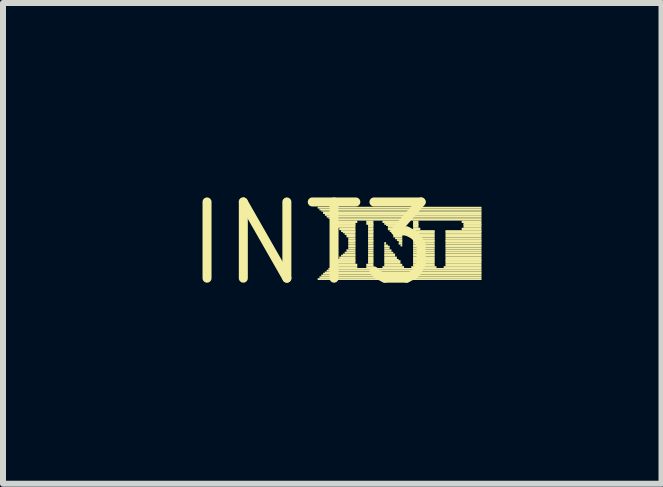
<source format=kicad_pcb>
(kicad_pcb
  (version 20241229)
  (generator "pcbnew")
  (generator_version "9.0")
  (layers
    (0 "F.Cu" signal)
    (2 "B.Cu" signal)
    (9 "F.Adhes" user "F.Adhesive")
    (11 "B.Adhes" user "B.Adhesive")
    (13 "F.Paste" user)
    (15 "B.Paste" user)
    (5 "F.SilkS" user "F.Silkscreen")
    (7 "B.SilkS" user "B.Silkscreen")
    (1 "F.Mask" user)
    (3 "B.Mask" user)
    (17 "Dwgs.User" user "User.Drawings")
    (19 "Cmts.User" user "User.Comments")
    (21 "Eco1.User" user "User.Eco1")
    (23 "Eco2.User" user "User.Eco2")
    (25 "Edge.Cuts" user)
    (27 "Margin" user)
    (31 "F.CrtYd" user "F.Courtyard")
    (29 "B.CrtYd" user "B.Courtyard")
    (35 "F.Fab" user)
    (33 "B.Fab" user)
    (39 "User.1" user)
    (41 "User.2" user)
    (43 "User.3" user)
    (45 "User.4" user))
  (footprint "INT3"
    (layer "F.Cu")
    (at 2.154 1.006)
    (property "Reference" "INT3" (at 0 0 0) (layer "F.SilkS") (effects (font (size 1.27 1.27) (thickness 0.15))))
    (attr through_hole)
    (fp_poly (pts (xy 0.09 -0.58) (xy 2.82 -0.58) (xy 2.82 -0.61) (xy 0.09 -0.61)) (stroke (width 0) (type solid)) (fill yes) (layer "F.SilkS"))
    (fp_poly (pts (xy 0.09 0.61) (xy 2.82 0.61) (xy 2.82 0.58) (xy 0.09 0.58)) (stroke (width 0) (type solid)) (fill yes) (layer "F.SilkS"))
    (fp_poly (pts (xy 0.12 -0.55) (xy 2.82 -0.55) (xy 2.82 -0.58) (xy 0.12 -0.58)) (stroke (width 0) (type solid)) (fill yes) (layer "F.SilkS"))
    (fp_poly (pts (xy 0.12 0.58) (xy 2.82 0.58) (xy 2.82 0.55) (xy 0.12 0.55)) (stroke (width 0) (type solid)) (fill yes) (layer "F.SilkS"))
    (fp_poly (pts (xy 0.15 -0.53) (xy 2.82 -0.53) (xy 2.82 -0.55) (xy 0.15 -0.55)) (stroke (width 0) (type solid)) (fill yes) (layer "F.SilkS"))
    (fp_poly (pts (xy 0.15 0.55) (xy 2.82 0.55) (xy 2.82 0.52) (xy 0.15 0.52)) (stroke (width 0) (type solid)) (fill yes) (layer "F.SilkS"))
    (fp_poly (pts (xy 0.18 -0.49) (xy 2.82 -0.49) (xy 2.82 -0.53) (xy 0.18 -0.53)) (stroke (width 0) (type solid)) (fill yes) (layer "F.SilkS"))
    (fp_poly (pts (xy 0.18 0.52) (xy 2.82 0.52) (xy 2.82 0.49) (xy 0.18 0.49)) (stroke (width 0) (type solid)) (fill yes) (layer "F.SilkS"))
    (fp_poly (pts (xy 0.21 -0.46) (xy 2.82 -0.46) (xy 2.82 -0.49) (xy 0.21 -0.49)) (stroke (width 0) (type solid)) (fill yes) (layer "F.SilkS"))
    (fp_poly (pts (xy 0.21 0.5) (xy 2.82 0.5) (xy 2.82 0.47) (xy 0.21 0.47)) (stroke (width 0) (type solid)) (fill yes) (layer "F.SilkS"))
    (fp_poly (pts (xy 0.24 -0.43) (xy 2.82 -0.43) (xy 2.82 -0.46) (xy 0.24 -0.46)) (stroke (width 0) (type solid)) (fill yes) (layer "F.SilkS"))
    (fp_poly (pts (xy 0.24 0.47) (xy 2.82 0.47) (xy 2.82 0.44) (xy 0.24 0.44)) (stroke (width 0) (type solid)) (fill yes) (layer "F.SilkS"))
    (fp_poly (pts (xy 0.27 -0.41) (xy 2.82 -0.41) (xy 2.82 -0.43) (xy 0.27 -0.43)) (stroke (width 0) (type solid)) (fill yes) (layer "F.SilkS"))
    (fp_poly (pts (xy 0.27 0.44) (xy 2.82 0.44) (xy 2.82 0.41) (xy 0.27 0.41)) (stroke (width 0) (type solid)) (fill yes) (layer "F.SilkS"))
    (fp_poly (pts (xy 0.3 -0.38) (xy 2.82 -0.38) (xy 2.82 -0.41) (xy 0.3 -0.41)) (stroke (width 0) (type solid)) (fill yes) (layer "F.SilkS"))
    (fp_poly (pts (xy 0.3 0.41) (xy 0.75 0.41) (xy 0.75 0.38) (xy 0.3 0.38)) (stroke (width 0) (type solid)) (fill yes) (layer "F.SilkS"))
    (fp_poly (pts (xy 0.33 -0.34) (xy 0.75 -0.34) (xy 0.75 -0.38) (xy 0.33 -0.38)) (stroke (width 0) (type solid)) (fill yes) (layer "F.SilkS"))
    (fp_poly (pts (xy 0.33 0.38) (xy 0.75 0.38) (xy 0.75 0.34) (xy 0.33 0.34)) (stroke (width 0) (type solid)) (fill yes) (layer "F.SilkS"))
    (fp_poly (pts (xy 0.36 -0.31) (xy 0.72 -0.31) (xy 0.72 -0.34) (xy 0.36 -0.34)) (stroke (width 0) (type solid)) (fill yes) (layer "F.SilkS"))
    (fp_poly (pts (xy 0.36 0.34) (xy 0.72 0.34) (xy 0.72 0.31) (xy 0.36 0.31)) (stroke (width 0) (type solid)) (fill yes) (layer "F.SilkS"))
    (fp_poly (pts (xy 0.39 -0.29) (xy 0.72 -0.29) (xy 0.72 -0.32) (xy 0.39 -0.32)) (stroke (width 0) (type solid)) (fill yes) (layer "F.SilkS"))
    (fp_poly (pts (xy 0.39 0.31) (xy 0.72 0.31) (xy 0.72 0.28) (xy 0.39 0.28)) (stroke (width 0) (type solid)) (fill yes) (layer "F.SilkS"))
    (fp_poly (pts (xy 0.42 -0.26) (xy 0.72 -0.26) (xy 0.72 -0.29) (xy 0.42 -0.29)) (stroke (width 0) (type solid)) (fill yes) (layer "F.SilkS"))
    (fp_poly (pts (xy 0.42 0.29) (xy 0.72 0.29) (xy 0.72 0.26) (xy 0.42 0.26)) (stroke (width 0) (type solid)) (fill yes) (layer "F.SilkS"))
    (fp_poly (pts (xy 0.45 -0.22) (xy 0.72 -0.22) (xy 0.72 -0.26) (xy 0.45 -0.26)) (stroke (width 0) (type solid)) (fill yes) (layer "F.SilkS"))
    (fp_poly (pts (xy 0.45 0.26) (xy 0.72 0.26) (xy 0.72 0.22) (xy 0.45 0.22)) (stroke (width 0) (type solid)) (fill yes) (layer "F.SilkS"))
    (fp_poly (pts (xy 0.48 -0.19) (xy 0.72 -0.19) (xy 0.72 -0.22) (xy 0.48 -0.22)) (stroke (width 0) (type solid)) (fill yes) (layer "F.SilkS"))
    (fp_poly (pts (xy 0.48 0.22) (xy 0.72 0.22) (xy 0.72 0.19) (xy 0.48 0.19)) (stroke (width 0) (type solid)) (fill yes) (layer "F.SilkS"))
    (fp_poly (pts (xy 0.51 -0.17) (xy 0.72 -0.17) (xy 0.72 -0.2) (xy 0.51 -0.2)) (stroke (width 0) (type solid)) (fill yes) (layer "F.SilkS"))
    (fp_poly (pts (xy 0.51 0.2) (xy 0.72 0.2) (xy 0.72 0.17) (xy 0.51 0.17)) (stroke (width 0) (type solid)) (fill yes) (layer "F.SilkS"))
    (fp_poly (pts (xy 0.54 -0.14) (xy 0.72 -0.14) (xy 0.72 -0.17) (xy 0.54 -0.17)) (stroke (width 0) (type solid)) (fill yes) (layer "F.SilkS"))
    (fp_poly (pts (xy 0.54 0.17) (xy 0.72 0.17) (xy 0.72 0.14) (xy 0.54 0.14)) (stroke (width 0) (type solid)) (fill yes) (layer "F.SilkS"))
    (fp_poly (pts (xy 0.57 -0.1) (xy 0.72 -0.1) (xy 0.72 -0.14) (xy 0.57 -0.14)) (stroke (width 0) (type solid)) (fill yes) (layer "F.SilkS"))
    (fp_poly (pts (xy 0.57 0.14) (xy 0.72 0.14) (xy 0.72 0.1) (xy 0.57 0.1)) (stroke (width 0) (type solid)) (fill yes) (layer "F.SilkS"))
    (fp_poly (pts (xy 0.6 -0.07) (xy 0.72 -0.07) (xy 0.72 -0.1) (xy 0.6 -0.1)) (stroke (width 0) (type solid)) (fill yes) (layer "F.SilkS"))
    (fp_poly (pts (xy 0.6 -0.04) (xy 0.72 -0.04) (xy 0.72 -0.07) (xy 0.6 -0.07)) (stroke (width 0) (type solid)) (fill yes) (layer "F.SilkS"))
    (fp_poly (pts (xy 0.6 -0.02) (xy 0.72 -0.02) (xy 0.72 -0.05) (xy 0.6 -0.05)) (stroke (width 0) (type solid)) (fill yes) (layer "F.SilkS"))
    (fp_poly (pts (xy 0.6 0.02) (xy 0.72 0.02) (xy 0.72 -0.02) (xy 0.6 -0.02)) (stroke (width 0) (type solid)) (fill yes) (layer "F.SilkS"))
    (fp_poly (pts (xy 0.6 0.05) (xy 0.72 0.05) (xy 0.72 0.02) (xy 0.6 0.02)) (stroke (width 0) (type solid)) (fill yes) (layer "F.SilkS"))
    (fp_poly (pts (xy 0.6 0.07) (xy 0.72 0.07) (xy 0.72 0.04) (xy 0.6 0.04)) (stroke (width 0) (type solid)) (fill yes) (layer "F.SilkS"))
    (fp_poly (pts (xy 0.6 0.1) (xy 0.72 0.1) (xy 0.72 0.07) (xy 0.6 0.07)) (stroke (width 0) (type solid)) (fill yes) (layer "F.SilkS"))
    (fp_poly (pts (xy 0.9 -0.34) (xy 1.02 -0.34) (xy 1.02 -0.38) (xy 0.9 -0.38)) (stroke (width 0) (type solid)) (fill yes) (layer "F.SilkS"))
    (fp_poly (pts (xy 0.9 -0.31) (xy 1.02 -0.31) (xy 1.02 -0.34) (xy 0.9 -0.34)) (stroke (width 0) (type solid)) (fill yes) (layer "F.SilkS"))
    (fp_poly (pts (xy 0.9 0.38) (xy 1.02 0.38) (xy 1.02 0.34) (xy 0.9 0.34)) (stroke (width 0) (type solid)) (fill yes) (layer "F.SilkS"))
    (fp_poly (pts (xy 0.9 0.41) (xy 1.02 0.41) (xy 1.02 0.38) (xy 0.9 0.38)) (stroke (width 0) (type solid)) (fill yes) (layer "F.SilkS"))
    (fp_poly (pts (xy 0.93 -0.29) (xy 1.02 -0.29) (xy 1.02 -0.32) (xy 0.93 -0.32)) (stroke (width 0) (type solid)) (fill yes) (layer "F.SilkS"))
    (fp_poly (pts (xy 0.93 -0.26) (xy 1.02 -0.26) (xy 1.02 -0.29) (xy 0.93 -0.29)) (stroke (width 0) (type solid)) (fill yes) (layer "F.SilkS"))
    (fp_poly (pts (xy 0.93 -0.22) (xy 1.02 -0.22) (xy 1.02 -0.26) (xy 0.93 -0.26)) (stroke (width 0) (type solid)) (fill yes) (layer "F.SilkS"))
    (fp_poly (pts (xy 0.93 -0.19) (xy 1.02 -0.19) (xy 1.02 -0.22) (xy 0.93 -0.22)) (stroke (width 0) (type solid)) (fill yes) (layer "F.SilkS"))
    (fp_poly (pts (xy 0.93 -0.17) (xy 1.02 -0.17) (xy 1.02 -0.2) (xy 0.93 -0.2)) (stroke (width 0) (type solid)) (fill yes) (layer "F.SilkS"))
    (fp_poly (pts (xy 0.93 -0.14) (xy 1.02 -0.14) (xy 1.02 -0.17) (xy 0.93 -0.17)) (stroke (width 0) (type solid)) (fill yes) (layer "F.SilkS"))
    (fp_poly (pts (xy 0.93 -0.1) (xy 1.02 -0.1) (xy 1.02 -0.14) (xy 0.93 -0.14)) (stroke (width 0) (type solid)) (fill yes) (layer "F.SilkS"))
    (fp_poly (pts (xy 0.93 -0.07) (xy 1.02 -0.07) (xy 1.02 -0.1) (xy 0.93 -0.1)) (stroke (width 0) (type solid)) (fill yes) (layer "F.SilkS"))
    (fp_poly (pts (xy 0.93 -0.04) (xy 1.02 -0.04) (xy 1.02 -0.07) (xy 0.93 -0.07)) (stroke (width 0) (type solid)) (fill yes) (layer "F.SilkS"))
    (fp_poly (pts (xy 0.93 -0.02) (xy 1.02 -0.02) (xy 1.02 -0.05) (xy 0.93 -0.05)) (stroke (width 0) (type solid)) (fill yes) (layer "F.SilkS"))
    (fp_poly (pts (xy 0.93 0.02) (xy 1.02 0.02) (xy 1.02 -0.02) (xy 0.93 -0.02)) (stroke (width 0) (type solid)) (fill yes) (layer "F.SilkS"))
    (fp_poly (pts (xy 0.93 0.05) (xy 1.02 0.05) (xy 1.02 0.02) (xy 0.93 0.02)) (stroke (width 0) (type solid)) (fill yes) (layer "F.SilkS"))
    (fp_poly (pts (xy 0.93 0.07) (xy 1.02 0.07) (xy 1.02 0.04) (xy 0.93 0.04)) (stroke (width 0) (type solid)) (fill yes) (layer "F.SilkS"))
    (fp_poly (pts (xy 0.93 0.1) (xy 1.02 0.1) (xy 1.02 0.07) (xy 0.93 0.07)) (stroke (width 0) (type solid)) (fill yes) (layer "F.SilkS"))
    (fp_poly (pts (xy 0.93 0.14) (xy 1.02 0.14) (xy 1.02 0.1) (xy 0.93 0.1)) (stroke (width 0) (type solid)) (fill yes) (layer "F.SilkS"))
    (fp_poly (pts (xy 0.93 0.17) (xy 1.02 0.17) (xy 1.02 0.14) (xy 0.93 0.14)) (stroke (width 0) (type solid)) (fill yes) (layer "F.SilkS"))
    (fp_poly (pts (xy 0.93 0.2) (xy 1.02 0.2) (xy 1.02 0.17) (xy 0.93 0.17)) (stroke (width 0) (type solid)) (fill yes) (layer "F.SilkS"))
    (fp_poly (pts (xy 0.93 0.22) (xy 1.02 0.22) (xy 1.02 0.19) (xy 0.93 0.19)) (stroke (width 0) (type solid)) (fill yes) (layer "F.SilkS"))
    (fp_poly (pts (xy 0.93 0.26) (xy 1.02 0.26) (xy 1.02 0.22) (xy 0.93 0.22)) (stroke (width 0) (type solid)) (fill yes) (layer "F.SilkS"))
    (fp_poly (pts (xy 0.93 0.29) (xy 1.02 0.29) (xy 1.02 0.26) (xy 0.93 0.26)) (stroke (width 0) (type solid)) (fill yes) (layer "F.SilkS"))
    (fp_poly (pts (xy 0.93 0.31) (xy 1.02 0.31) (xy 1.02 0.28) (xy 0.93 0.28)) (stroke (width 0) (type solid)) (fill yes) (layer "F.SilkS"))
    (fp_poly (pts (xy 0.93 0.34) (xy 1.02 0.34) (xy 1.02 0.31) (xy 0.93 0.31)) (stroke (width 0) (type solid)) (fill yes) (layer "F.SilkS"))
    (fp_poly (pts (xy 1.17 -0.34) (xy 1.53 -0.34) (xy 1.53 -0.38) (xy 1.17 -0.38)) (stroke (width 0) (type solid)) (fill yes) (layer "F.SilkS"))
    (fp_poly (pts (xy 1.17 0.41) (xy 1.53 0.41) (xy 1.53 0.38) (xy 1.17 0.38)) (stroke (width 0) (type solid)) (fill yes) (layer "F.SilkS"))
    (fp_poly (pts (xy 1.2 -0.31) (xy 1.5 -0.31) (xy 1.5 -0.34) (xy 1.2 -0.34)) (stroke (width 0) (type solid)) (fill yes) (layer "F.SilkS"))
    (fp_poly (pts (xy 1.2 0.02) (xy 1.23 0.02) (xy 1.23 -0.02) (xy 1.2 -0.02)) (stroke (width 0) (type solid)) (fill yes) (layer "F.SilkS"))
    (fp_poly (pts (xy 1.2 0.05) (xy 1.26 0.05) (xy 1.26 0.02) (xy 1.2 0.02)) (stroke (width 0) (type solid)) (fill yes) (layer "F.SilkS"))
    (fp_poly (pts (xy 1.2 0.07) (xy 1.29 0.07) (xy 1.29 0.04) (xy 1.2 0.04)) (stroke (width 0) (type solid)) (fill yes) (layer "F.SilkS"))
    (fp_poly (pts (xy 1.2 0.1) (xy 1.29 0.1) (xy 1.29 0.07) (xy 1.2 0.07)) (stroke (width 0) (type solid)) (fill yes) (layer "F.SilkS"))
    (fp_poly (pts (xy 1.2 0.14) (xy 1.32 0.14) (xy 1.32 0.1) (xy 1.2 0.1)) (stroke (width 0) (type solid)) (fill yes) (layer "F.SilkS"))
    (fp_poly (pts (xy 1.2 0.17) (xy 1.35 0.17) (xy 1.35 0.14) (xy 1.2 0.14)) (stroke (width 0) (type solid)) (fill yes) (layer "F.SilkS"))
    (fp_poly (pts (xy 1.2 0.2) (xy 1.38 0.2) (xy 1.38 0.17) (xy 1.2 0.17)) (stroke (width 0) (type solid)) (fill yes) (layer "F.SilkS"))
    (fp_poly (pts (xy 1.2 0.22) (xy 1.38 0.22) (xy 1.38 0.19) (xy 1.2 0.19)) (stroke (width 0) (type solid)) (fill yes) (layer "F.SilkS"))
    (fp_poly (pts (xy 1.2 0.26) (xy 1.41 0.26) (xy 1.41 0.22) (xy 1.2 0.22)) (stroke (width 0) (type solid)) (fill yes) (layer "F.SilkS"))
    (fp_poly (pts (xy 1.2 0.29) (xy 1.44 0.29) (xy 1.44 0.26) (xy 1.2 0.26)) (stroke (width 0) (type solid)) (fill yes) (layer "F.SilkS"))
    (fp_poly (pts (xy 1.2 0.31) (xy 1.47 0.31) (xy 1.47 0.28) (xy 1.2 0.28)) (stroke (width 0) (type solid)) (fill yes) (layer "F.SilkS"))
    (fp_poly (pts (xy 1.2 0.34) (xy 1.47 0.34) (xy 1.47 0.31) (xy 1.2 0.31)) (stroke (width 0) (type solid)) (fill yes) (layer "F.SilkS"))
    (fp_poly (pts (xy 1.2 0.38) (xy 1.5 0.38) (xy 1.5 0.34) (xy 1.2 0.34)) (stroke (width 0) (type solid)) (fill yes) (layer "F.SilkS"))
    (fp_poly (pts (xy 1.23 -0.29) (xy 1.5 -0.29) (xy 1.5 -0.32) (xy 1.23 -0.32)) (stroke (width 0) (type solid)) (fill yes) (layer "F.SilkS"))
    (fp_poly (pts (xy 1.26 -0.26) (xy 1.5 -0.26) (xy 1.5 -0.29) (xy 1.26 -0.29)) (stroke (width 0) (type solid)) (fill yes) (layer "F.SilkS"))
    (fp_poly (pts (xy 1.26 -0.22) (xy 1.5 -0.22) (xy 1.5 -0.26) (xy 1.26 -0.26)) (stroke (width 0) (type solid)) (fill yes) (layer "F.SilkS"))
    (fp_poly (pts (xy 1.29 -0.19) (xy 1.5 -0.19) (xy 1.5 -0.22) (xy 1.29 -0.22)) (stroke (width 0) (type solid)) (fill yes) (layer "F.SilkS"))
    (fp_poly (pts (xy 1.32 -0.17) (xy 1.5 -0.17) (xy 1.5 -0.2) (xy 1.32 -0.2)) (stroke (width 0) (type solid)) (fill yes) (layer "F.SilkS"))
    (fp_poly (pts (xy 1.35 -0.14) (xy 1.5 -0.14) (xy 1.5 -0.17) (xy 1.35 -0.17)) (stroke (width 0) (type solid)) (fill yes) (layer "F.SilkS"))
    (fp_poly (pts (xy 1.35 -0.1) (xy 1.5 -0.1) (xy 1.5 -0.14) (xy 1.35 -0.14)) (stroke (width 0) (type solid)) (fill yes) (layer "F.SilkS"))
    (fp_poly (pts (xy 1.38 -0.07) (xy 1.5 -0.07) (xy 1.5 -0.1) (xy 1.38 -0.1)) (stroke (width 0) (type solid)) (fill yes) (layer "F.SilkS"))
    (fp_poly (pts (xy 1.41 -0.04) (xy 1.5 -0.04) (xy 1.5 -0.07) (xy 1.41 -0.07)) (stroke (width 0) (type solid)) (fill yes) (layer "F.SilkS"))
    (fp_poly (pts (xy 1.44 -0.02) (xy 1.5 -0.02) (xy 1.5 -0.05) (xy 1.44 -0.05)) (stroke (width 0) (type solid)) (fill yes) (layer "F.SilkS"))
    (fp_poly (pts (xy 1.44 0.02) (xy 1.5 0.02) (xy 1.5 -0.02) (xy 1.44 -0.02)) (stroke (width 0) (type solid)) (fill yes) (layer "F.SilkS"))
    (fp_poly (pts (xy 1.47 0.05) (xy 1.5 0.05) (xy 1.5 0.02) (xy 1.47 0.02)) (stroke (width 0) (type solid)) (fill yes) (layer "F.SilkS"))
    (fp_poly (pts (xy 1.65 0.41) (xy 2.07 0.41) (xy 2.07 0.38) (xy 1.65 0.38)) (stroke (width 0) (type solid)) (fill yes) (layer "F.SilkS"))
    (fp_poly (pts (xy 1.68 -0.34) (xy 1.77 -0.34) (xy 1.77 -0.38) (xy 1.68 -0.38)) (stroke (width 0) (type solid)) (fill yes) (layer "F.SilkS"))
    (fp_poly (pts (xy 1.68 -0.31) (xy 1.77 -0.31) (xy 1.77 -0.34) (xy 1.68 -0.34)) (stroke (width 0) (type solid)) (fill yes) (layer "F.SilkS"))
    (fp_poly (pts (xy 1.68 -0.29) (xy 1.77 -0.29) (xy 1.77 -0.32) (xy 1.68 -0.32)) (stroke (width 0) (type solid)) (fill yes) (layer "F.SilkS"))
    (fp_poly (pts (xy 1.68 -0.26) (xy 1.77 -0.26) (xy 1.77 -0.29) (xy 1.68 -0.29)) (stroke (width 0) (type solid)) (fill yes) (layer "F.SilkS"))
    (fp_poly (pts (xy 1.68 -0.22) (xy 1.8 -0.22) (xy 1.8 -0.26) (xy 1.68 -0.26)) (stroke (width 0) (type solid)) (fill yes) (layer "F.SilkS"))
    (fp_poly (pts (xy 1.68 -0.19) (xy 2.04 -0.19) (xy 2.04 -0.22) (xy 1.68 -0.22)) (stroke (width 0) (type solid)) (fill yes) (layer "F.SilkS"))
    (fp_poly (pts (xy 1.68 -0.17) (xy 2.04 -0.17) (xy 2.04 -0.2) (xy 1.68 -0.2)) (stroke (width 0) (type solid)) (fill yes) (layer "F.SilkS"))
    (fp_poly (pts (xy 1.68 -0.14) (xy 2.04 -0.14) (xy 2.04 -0.17) (xy 1.68 -0.17)) (stroke (width 0) (type solid)) (fill yes) (layer "F.SilkS"))
    (fp_poly (pts (xy 1.68 -0.1) (xy 2.04 -0.1) (xy 2.04 -0.14) (xy 1.68 -0.14)) (stroke (width 0) (type solid)) (fill yes) (layer "F.SilkS"))
    (fp_poly (pts (xy 1.68 -0.07) (xy 2.04 -0.07) (xy 2.04 -0.1) (xy 1.68 -0.1)) (stroke (width 0) (type solid)) (fill yes) (layer "F.SilkS"))
    (fp_poly (pts (xy 1.68 -0.04) (xy 2.04 -0.04) (xy 2.04 -0.07) (xy 1.68 -0.07)) (stroke (width 0) (type solid)) (fill yes) (layer "F.SilkS"))
    (fp_poly (pts (xy 1.68 -0.02) (xy 2.04 -0.02) (xy 2.04 -0.05) (xy 1.68 -0.05)) (stroke (width 0) (type solid)) (fill yes) (layer "F.SilkS"))
    (fp_poly (pts (xy 1.68 0.02) (xy 2.04 0.02) (xy 2.04 -0.02) (xy 1.68 -0.02)) (stroke (width 0) (type solid)) (fill yes) (layer "F.SilkS"))
    (fp_poly (pts (xy 1.68 0.05) (xy 2.04 0.05) (xy 2.04 0.02) (xy 1.68 0.02)) (stroke (width 0) (type solid)) (fill yes) (layer "F.SilkS"))
    (fp_poly (pts (xy 1.68 0.07) (xy 2.04 0.07) (xy 2.04 0.04) (xy 1.68 0.04)) (stroke (width 0) (type solid)) (fill yes) (layer "F.SilkS"))
    (fp_poly (pts (xy 1.68 0.1) (xy 2.04 0.1) (xy 2.04 0.07) (xy 1.68 0.07)) (stroke (width 0) (type solid)) (fill yes) (layer "F.SilkS"))
    (fp_poly (pts (xy 1.68 0.14) (xy 2.04 0.14) (xy 2.04 0.1) (xy 1.68 0.1)) (stroke (width 0) (type solid)) (fill yes) (layer "F.SilkS"))
    (fp_poly (pts (xy 1.68 0.17) (xy 2.04 0.17) (xy 2.04 0.14) (xy 1.68 0.14)) (stroke (width 0) (type solid)) (fill yes) (layer "F.SilkS"))
    (fp_poly (pts (xy 1.68 0.2) (xy 2.04 0.2) (xy 2.04 0.17) (xy 1.68 0.17)) (stroke (width 0) (type solid)) (fill yes) (layer "F.SilkS"))
    (fp_poly (pts (xy 1.68 0.22) (xy 2.04 0.22) (xy 2.04 0.19) (xy 1.68 0.19)) (stroke (width 0) (type solid)) (fill yes) (layer "F.SilkS"))
    (fp_poly (pts (xy 1.68 0.26) (xy 2.04 0.26) (xy 2.04 0.22) (xy 1.68 0.22)) (stroke (width 0) (type solid)) (fill yes) (layer "F.SilkS"))
    (fp_poly (pts (xy 1.68 0.29) (xy 2.04 0.29) (xy 2.04 0.26) (xy 1.68 0.26)) (stroke (width 0) (type solid)) (fill yes) (layer "F.SilkS"))
    (fp_poly (pts (xy 1.68 0.31) (xy 2.04 0.31) (xy 2.04 0.28) (xy 1.68 0.28)) (stroke (width 0) (type solid)) (fill yes) (layer "F.SilkS"))
    (fp_poly (pts (xy 1.68 0.34) (xy 2.04 0.34) (xy 2.04 0.31) (xy 1.68 0.31)) (stroke (width 0) (type solid)) (fill yes) (layer "F.SilkS"))
    (fp_poly (pts (xy 1.68 0.38) (xy 2.04 0.38) (xy 2.04 0.34) (xy 1.68 0.34)) (stroke (width 0) (type solid)) (fill yes) (layer "F.SilkS"))
    (fp_poly (pts (xy 2.19 0.41) (xy 2.82 0.41) (xy 2.82 0.38) (xy 2.19 0.38)) (stroke (width 0) (type solid)) (fill yes) (layer "F.SilkS"))
    (fp_poly (pts (xy 2.22 -0.19) (xy 2.82 -0.19) (xy 2.82 -0.22) (xy 2.22 -0.22)) (stroke (width 0) (type solid)) (fill yes) (layer "F.SilkS"))
    (fp_poly (pts (xy 2.22 -0.17) (xy 2.82 -0.17) (xy 2.82 -0.2) (xy 2.22 -0.2)) (stroke (width 0) (type solid)) (fill yes) (layer "F.SilkS"))
    (fp_poly (pts (xy 2.22 -0.14) (xy 2.82 -0.14) (xy 2.82 -0.17) (xy 2.22 -0.17)) (stroke (width 0) (type solid)) (fill yes) (layer "F.SilkS"))
    (fp_poly (pts (xy 2.22 -0.1) (xy 2.82 -0.1) (xy 2.82 -0.14) (xy 2.22 -0.14)) (stroke (width 0) (type solid)) (fill yes) (layer "F.SilkS"))
    (fp_poly (pts (xy 2.22 -0.07) (xy 2.82 -0.07) (xy 2.82 -0.1) (xy 2.22 -0.1)) (stroke (width 0) (type solid)) (fill yes) (layer "F.SilkS"))
    (fp_poly (pts (xy 2.22 -0.04) (xy 2.82 -0.04) (xy 2.82 -0.07) (xy 2.22 -0.07)) (stroke (width 0) (type solid)) (fill yes) (layer "F.SilkS"))
    (fp_poly (pts (xy 2.22 -0.02) (xy 2.82 -0.02) (xy 2.82 -0.05) (xy 2.22 -0.05)) (stroke (width 0) (type solid)) (fill yes) (layer "F.SilkS"))
    (fp_poly (pts (xy 2.22 0.02) (xy 2.82 0.02) (xy 2.82 -0.02) (xy 2.22 -0.02)) (stroke (width 0) (type solid)) (fill yes) (layer "F.SilkS"))
    (fp_poly (pts (xy 2.22 0.05) (xy 2.82 0.05) (xy 2.82 0.02) (xy 2.22 0.02)) (stroke (width 0) (type solid)) (fill yes) (layer "F.SilkS"))
    (fp_poly (pts (xy 2.22 0.07) (xy 2.82 0.07) (xy 2.82 0.04) (xy 2.22 0.04)) (stroke (width 0) (type solid)) (fill yes) (layer "F.SilkS"))
    (fp_poly (pts (xy 2.22 0.1) (xy 2.82 0.1) (xy 2.82 0.07) (xy 2.22 0.07)) (stroke (width 0) (type solid)) (fill yes) (layer "F.SilkS"))
    (fp_poly (pts (xy 2.22 0.14) (xy 2.82 0.14) (xy 2.82 0.1) (xy 2.22 0.1)) (stroke (width 0) (type solid)) (fill yes) (layer "F.SilkS"))
    (fp_poly (pts (xy 2.22 0.17) (xy 2.82 0.17) (xy 2.82 0.14) (xy 2.22 0.14)) (stroke (width 0) (type solid)) (fill yes) (layer "F.SilkS"))
    (fp_poly (pts (xy 2.22 0.2) (xy 2.82 0.2) (xy 2.82 0.17) (xy 2.22 0.17)) (stroke (width 0) (type solid)) (fill yes) (layer "F.SilkS"))
    (fp_poly (pts (xy 2.22 0.22) (xy 2.82 0.22) (xy 2.82 0.19) (xy 2.22 0.19)) (stroke (width 0) (type solid)) (fill yes) (layer "F.SilkS"))
    (fp_poly (pts (xy 2.22 0.26) (xy 2.82 0.26) (xy 2.82 0.22) (xy 2.22 0.22)) (stroke (width 0) (type solid)) (fill yes) (layer "F.SilkS"))
    (fp_poly (pts (xy 2.22 0.29) (xy 2.82 0.29) (xy 2.82 0.26) (xy 2.22 0.26)) (stroke (width 0) (type solid)) (fill yes) (layer "F.SilkS"))
    (fp_poly (pts (xy 2.22 0.31) (xy 2.82 0.31) (xy 2.82 0.28) (xy 2.22 0.28)) (stroke (width 0) (type solid)) (fill yes) (layer "F.SilkS"))
    (fp_poly (pts (xy 2.22 0.34) (xy 2.82 0.34) (xy 2.82 0.31) (xy 2.22 0.31)) (stroke (width 0) (type solid)) (fill yes) (layer "F.SilkS"))
    (fp_poly (pts (xy 2.22 0.38) (xy 2.82 0.38) (xy 2.82 0.34) (xy 2.22 0.34)) (stroke (width 0) (type solid)) (fill yes) (layer "F.SilkS"))
    (fp_poly (pts (xy 2.49 -0.34) (xy 2.82 -0.34) (xy 2.82 -0.38) (xy 2.49 -0.38)) (stroke (width 0) (type solid)) (fill yes) (layer "F.SilkS"))
    (fp_poly (pts (xy 2.49 -0.22) (xy 2.82 -0.22) (xy 2.82 -0.26) (xy 2.49 -0.26)) (stroke (width 0) (type solid)) (fill yes) (layer "F.SilkS"))
    (fp_poly (pts (xy 2.52 -0.31) (xy 2.82 -0.31) (xy 2.82 -0.34) (xy 2.52 -0.34)) (stroke (width 0) (type solid)) (fill yes) (layer "F.SilkS"))
    (fp_poly (pts (xy 2.52 -0.29) (xy 2.82 -0.29) (xy 2.82 -0.32) (xy 2.52 -0.32)) (stroke (width 0) (type solid)) (fill yes) (layer "F.SilkS"))
    (fp_poly (pts (xy 2.52 -0.26) (xy 2.82 -0.26) (xy 2.82 -0.29) (xy 2.52 -0.29)) (stroke (width 0) (type solid)) (fill yes) (layer "F.SilkS")))
  (gr_rect
    (start -3 -3)
    (end 7.974 5.012)
    (stroke (width 0.1) (type default))
    (fill no)
    (layer "Edge.Cuts")))
</source>
